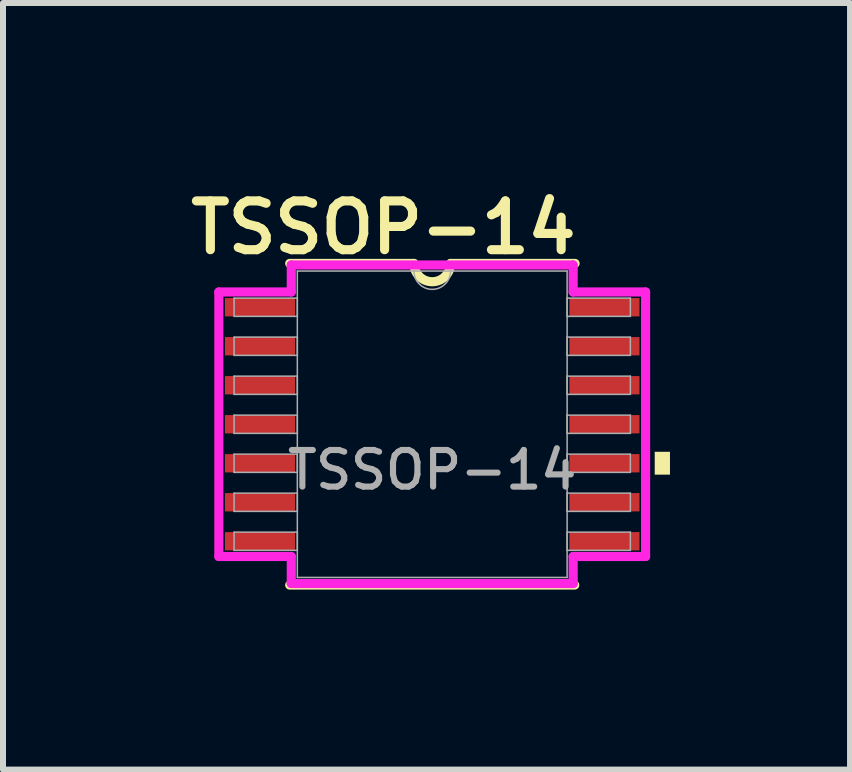
<source format=kicad_pcb>
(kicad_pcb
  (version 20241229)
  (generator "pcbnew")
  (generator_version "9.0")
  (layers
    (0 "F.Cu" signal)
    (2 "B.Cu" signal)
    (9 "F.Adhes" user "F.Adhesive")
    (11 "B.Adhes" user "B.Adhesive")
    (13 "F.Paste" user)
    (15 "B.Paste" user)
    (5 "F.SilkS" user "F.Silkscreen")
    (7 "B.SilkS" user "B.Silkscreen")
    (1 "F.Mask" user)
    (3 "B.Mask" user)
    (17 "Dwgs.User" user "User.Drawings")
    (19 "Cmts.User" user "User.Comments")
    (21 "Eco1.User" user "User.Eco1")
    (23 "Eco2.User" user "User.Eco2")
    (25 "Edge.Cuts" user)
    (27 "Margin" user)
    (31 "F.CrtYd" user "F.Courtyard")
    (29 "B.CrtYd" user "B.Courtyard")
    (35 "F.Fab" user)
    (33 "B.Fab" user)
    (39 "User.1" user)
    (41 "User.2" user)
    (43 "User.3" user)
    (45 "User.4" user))
  (footprint "TSSOP-14"
    (layer "F.Cu")
    (at 4.153 4.02)
    (property "Reference" "TSSOP-14" (at -0.813 -3.277 0) (unlocked yes) (layer "F.SilkS") (effects (font (size 0.813 0.813) (thickness 0.152) (bold yes))))
    (attr smd)
    (fp_line (start -2.375 2.68) (end 2.375 2.68) (stroke (width 0.152) (type solid)) (layer "F.SilkS"))
    (fp_line (start -0.305 -2.68) (end -2.375 -2.68) (stroke (width 0.152) (type solid)) (layer "F.SilkS"))
    (fp_line (start 2.381 -2.68) (end 0.311 -2.68) (stroke (width 0.152) (type solid)) (layer "F.SilkS"))
    (fp_arc (start 0.3048 -2.6797) (mid 0 -2.3749) (end -0.3048 -2.6797) (stroke (width 0.1524) (type solid)) (layer "F.SilkS"))
    (fp_poly (pts (xy 3.962 0.459) (xy 3.962 0.84) (xy 3.708 0.84) (xy 3.708 0.459)) (stroke (width 0) (type solid)) (fill yes) (layer "F.SilkS"))
    (fp_line (start -3.556 -2.204) (end -2.349 -2.204) (stroke (width 0.152) (type solid)) (layer "F.CrtYd"))
    (fp_line (start -3.556 2.204) (end -3.556 -2.204) (stroke (width 0.152) (type solid)) (layer "F.CrtYd"))
    (fp_line (start -3.556 2.204) (end -2.349 2.204) (stroke (width 0.152) (type solid)) (layer "F.CrtYd"))
    (fp_line (start -2.349 -2.654) (end 2.349 -2.654) (stroke (width 0.152) (type solid)) (layer "F.CrtYd"))
    (fp_line (start -2.349 -2.204) (end -2.349 -2.654) (stroke (width 0.152) (type solid)) (layer "F.CrtYd"))
    (fp_line (start -2.349 2.654) (end -2.349 2.204) (stroke (width 0.152) (type solid)) (layer "F.CrtYd"))
    (fp_line (start 2.349 -2.654) (end 2.349 -2.204) (stroke (width 0.152) (type solid)) (layer "F.CrtYd"))
    (fp_line (start 2.349 2.204) (end 2.349 2.654) (stroke (width 0.152) (type solid)) (layer "F.CrtYd"))
    (fp_line (start 2.349 2.654) (end -2.349 2.654) (stroke (width 0.152) (type solid)) (layer "F.CrtYd"))
    (fp_line (start 3.556 -2.204) (end 2.349 -2.204) (stroke (width 0.152) (type solid)) (layer "F.CrtYd"))
    (fp_line (start 3.556 -2.204) (end 3.556 2.204) (stroke (width 0.152) (type solid)) (layer "F.CrtYd"))
    (fp_line (start 3.556 2.204) (end 2.349 2.204) (stroke (width 0.152) (type solid)) (layer "F.CrtYd"))
    (fp_line (start -3.302 -2.102) (end -3.302 -1.798) (stroke (width 0.025) (type solid)) (layer "F.Fab"))
    (fp_line (start -3.302 -1.798) (end -2.248 -1.798) (stroke (width 0.025) (type solid)) (layer "F.Fab"))
    (fp_line (start -3.302 -1.452) (end -3.302 -1.148) (stroke (width 0.025) (type solid)) (layer "F.Fab"))
    (fp_line (start -3.302 -1.148) (end -2.248 -1.148) (stroke (width 0.025) (type solid)) (layer "F.Fab"))
    (fp_line (start -3.302 -0.802) (end -3.302 -0.498) (stroke (width 0.025) (type solid)) (layer "F.Fab"))
    (fp_line (start -3.302 -0.498) (end -2.248 -0.498) (stroke (width 0.025) (type solid)) (layer "F.Fab"))
    (fp_line (start -3.302 -0.152) (end -3.302 0.152) (stroke (width 0.025) (type solid)) (layer "F.Fab"))
    (fp_line (start -3.302 0.152) (end -2.248 0.152) (stroke (width 0.025) (type solid)) (layer "F.Fab"))
    (fp_line (start -3.302 0.498) (end -3.302 0.802) (stroke (width 0.025) (type solid)) (layer "F.Fab"))
    (fp_line (start -3.302 0.802) (end -2.248 0.802) (stroke (width 0.025) (type solid)) (layer "F.Fab"))
    (fp_line (start -3.302 1.148) (end -3.302 1.452) (stroke (width 0.025) (type solid)) (layer "F.Fab"))
    (fp_line (start -3.302 1.452) (end -2.248 1.452) (stroke (width 0.025) (type solid)) (layer "F.Fab"))
    (fp_line (start -3.302 1.798) (end -3.302 2.102) (stroke (width 0.025) (type solid)) (layer "F.Fab"))
    (fp_line (start -3.302 2.102) (end -2.248 2.102) (stroke (width 0.025) (type solid)) (layer "F.Fab"))
    (fp_line (start -2.248 -2.553) (end -2.248 2.553) (stroke (width 0.025) (type solid)) (layer "F.Fab"))
    (fp_line (start -2.248 -2.102) (end -3.302 -2.102) (stroke (width 0.025) (type solid)) (layer "F.Fab"))
    (fp_line (start -2.248 -1.798) (end -2.248 -2.102) (stroke (width 0.025) (type solid)) (layer "F.Fab"))
    (fp_line (start -2.248 -1.452) (end -3.302 -1.452) (stroke (width 0.025) (type solid)) (layer "F.Fab"))
    (fp_line (start -2.248 -1.148) (end -2.248 -1.452) (stroke (width 0.025) (type solid)) (layer "F.Fab"))
    (fp_line (start -2.248 -0.802) (end -3.302 -0.802) (stroke (width 0.025) (type solid)) (layer "F.Fab"))
    (fp_line (start -2.248 -0.498) (end -2.248 -0.802) (stroke (width 0.025) (type solid)) (layer "F.Fab"))
    (fp_line (start -2.248 -0.152) (end -3.302 -0.152) (stroke (width 0.025) (type solid)) (layer "F.Fab"))
    (fp_line (start -2.248 0.152) (end -2.248 -0.152) (stroke (width 0.025) (type solid)) (layer "F.Fab"))
    (fp_line (start -2.248 0.498) (end -3.302 0.498) (stroke (width 0.025) (type solid)) (layer "F.Fab"))
    (fp_line (start -2.248 0.802) (end -2.248 0.498) (stroke (width 0.025) (type solid)) (layer "F.Fab"))
    (fp_line (start -2.248 1.148) (end -3.302 1.148) (stroke (width 0.025) (type solid)) (layer "F.Fab"))
    (fp_line (start -2.248 1.452) (end -2.248 1.148) (stroke (width 0.025) (type solid)) (layer "F.Fab"))
    (fp_line (start -2.248 1.798) (end -3.302 1.798) (stroke (width 0.025) (type solid)) (layer "F.Fab"))
    (fp_line (start -2.248 2.102) (end -2.248 1.798) (stroke (width 0.025) (type solid)) (layer "F.Fab"))
    (fp_line (start -2.248 2.553) (end 2.248 2.553) (stroke (width 0.025) (type solid)) (layer "F.Fab"))
    (fp_line (start 2.248 -2.553) (end -2.248 -2.553) (stroke (width 0.025) (type solid)) (layer "F.Fab"))
    (fp_line (start 2.248 -2.102) (end 2.248 -1.798) (stroke (width 0.025) (type solid)) (layer "F.Fab"))
    (fp_line (start 2.248 -1.798) (end 3.302 -1.798) (stroke (width 0.025) (type solid)) (layer "F.Fab"))
    (fp_line (start 2.248 -1.452) (end 2.248 -1.148) (stroke (width 0.025) (type solid)) (layer "F.Fab"))
    (fp_line (start 2.248 -1.148) (end 3.302 -1.148) (stroke (width 0.025) (type solid)) (layer "F.Fab"))
    (fp_line (start 2.248 -0.802) (end 2.248 -0.498) (stroke (width 0.025) (type solid)) (layer "F.Fab"))
    (fp_line (start 2.248 -0.498) (end 3.302 -0.498) (stroke (width 0.025) (type solid)) (layer "F.Fab"))
    (fp_line (start 2.248 -0.152) (end 2.248 0.152) (stroke (width 0.025) (type solid)) (layer "F.Fab"))
    (fp_line (start 2.248 0.152) (end 3.302 0.152) (stroke (width 0.025) (type solid)) (layer "F.Fab"))
    (fp_line (start 2.248 0.498) (end 2.248 0.802) (stroke (width 0.025) (type solid)) (layer "F.Fab"))
    (fp_line (start 2.248 0.802) (end 3.302 0.802) (stroke (width 0.025) (type solid)) (layer "F.Fab"))
    (fp_line (start 2.248 1.148) (end 2.248 1.452) (stroke (width 0.025) (type solid)) (layer "F.Fab"))
    (fp_line (start 2.248 1.452) (end 3.302 1.452) (stroke (width 0.025) (type solid)) (layer "F.Fab"))
    (fp_line (start 2.248 1.798) (end 2.248 2.102) (stroke (width 0.025) (type solid)) (layer "F.Fab"))
    (fp_line (start 2.248 2.102) (end 3.302 2.102) (stroke (width 0.025) (type solid)) (layer "F.Fab"))
    (fp_line (start 2.248 2.553) (end 2.248 -2.553) (stroke (width 0.025) (type solid)) (layer "F.Fab"))
    (fp_line (start 3.302 -2.102) (end 2.248 -2.102) (stroke (width 0.025) (type solid)) (layer "F.Fab"))
    (fp_line (start 3.302 -1.798) (end 3.302 -2.102) (stroke (width 0.025) (type solid)) (layer "F.Fab"))
    (fp_line (start 3.302 -1.452) (end 2.248 -1.452) (stroke (width 0.025) (type solid)) (layer "F.Fab"))
    (fp_line (start 3.302 -1.148) (end 3.302 -1.452) (stroke (width 0.025) (type solid)) (layer "F.Fab"))
    (fp_line (start 3.302 -0.802) (end 2.248 -0.802) (stroke (width 0.025) (type solid)) (layer "F.Fab"))
    (fp_line (start 3.302 -0.498) (end 3.302 -0.802) (stroke (width 0.025) (type solid)) (layer "F.Fab"))
    (fp_line (start 3.302 -0.152) (end 2.248 -0.152) (stroke (width 0.025) (type solid)) (layer "F.Fab"))
    (fp_line (start 3.302 0.152) (end 3.302 -0.152) (stroke (width 0.025) (type solid)) (layer "F.Fab"))
    (fp_line (start 3.302 0.498) (end 2.248 0.498) (stroke (width 0.025) (type solid)) (layer "F.Fab"))
    (fp_line (start 3.302 0.802) (end 3.302 0.498) (stroke (width 0.025) (type solid)) (layer "F.Fab"))
    (fp_line (start 3.302 1.148) (end 2.248 1.148) (stroke (width 0.025) (type solid)) (layer "F.Fab"))
    (fp_line (start 3.302 1.452) (end 3.302 1.148) (stroke (width 0.025) (type solid)) (layer "F.Fab"))
    (fp_line (start 3.302 1.798) (end 2.248 1.798) (stroke (width 0.025) (type solid)) (layer "F.Fab"))
    (fp_line (start 3.302 2.102) (end 3.302 1.798) (stroke (width 0.025) (type solid)) (layer "F.Fab"))
    (fp_arc (start 0.3048 -2.5527) (mid 0 -2.2479) (end -0.3048 -2.5527) (stroke (width 0.0254) (type solid)) (layer "F.Fab"))
    (fp_text user "${REFERENCE}" (at 0 0.762 0) (unlocked yes) (layer "F.Fab") (effects (font (size 0.61 0.61) (thickness 0.102) (bold yes))))
    (pad "1" smd rect (at -2.87 -1.95) (size 1.168 0.305) (layers "F.Cu" "F.Mask" "F.Paste"))
    (pad "2" smd rect (at -2.87 -1.3) (size 1.168 0.305) (layers "F.Cu" "F.Mask" "F.Paste"))
    (pad "3" smd rect (at -2.87 -0.65) (size 1.168 0.305) (layers "F.Cu" "F.Mask" "F.Paste"))
    (pad "4" smd rect (at -2.87 0) (size 1.168 0.305) (layers "F.Cu" "F.Mask" "F.Paste"))
    (pad "5" smd rect (at -2.87 0.65) (size 1.168 0.305) (layers "F.Cu" "F.Mask" "F.Paste"))
    (pad "6" smd rect (at -2.87 1.3) (size 1.168 0.305) (layers "F.Cu" "F.Mask" "F.Paste"))
    (pad "7" smd rect (at -2.87 1.95) (size 1.168 0.305) (layers "F.Cu" "F.Mask" "F.Paste"))
    (pad "8" smd rect (at 2.87 1.95) (size 1.168 0.305) (layers "F.Cu" "F.Mask" "F.Paste"))
    (pad "9" smd rect (at 2.87 1.3) (size 1.168 0.305) (layers "F.Cu" "F.Mask" "F.Paste"))
    (pad "10" smd rect (at 2.87 0.65) (size 1.168 0.305) (layers "F.Cu" "F.Mask" "F.Paste"))
    (pad "11" smd rect (at 2.87 0) (size 1.168 0.305) (layers "F.Cu" "F.Mask" "F.Paste"))
    (pad "12" smd rect (at 2.87 -0.65) (size 1.168 0.305) (layers "F.Cu" "F.Mask" "F.Paste"))
    (pad "13" smd rect (at 2.87 -1.3) (size 1.168 0.305) (layers "F.Cu" "F.Mask" "F.Paste"))
    (pad "14" smd rect (at 2.87 -1.95) (size 1.168 0.305) (layers "F.Cu" "F.Mask" "F.Paste")))
  (gr_rect
    (start -3 -3)
    (end 11.116 9.775)
    (stroke (width 0.1) (type default))
    (fill no)
    (layer "Edge.Cuts")))
</source>
